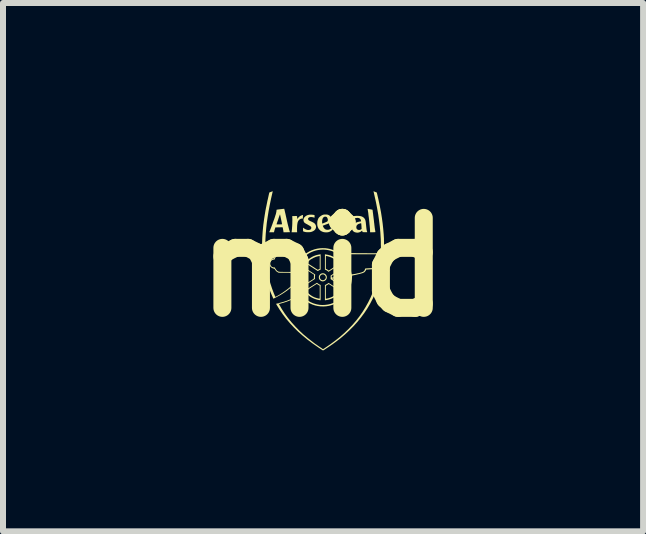
<source format=kicad_pcb>
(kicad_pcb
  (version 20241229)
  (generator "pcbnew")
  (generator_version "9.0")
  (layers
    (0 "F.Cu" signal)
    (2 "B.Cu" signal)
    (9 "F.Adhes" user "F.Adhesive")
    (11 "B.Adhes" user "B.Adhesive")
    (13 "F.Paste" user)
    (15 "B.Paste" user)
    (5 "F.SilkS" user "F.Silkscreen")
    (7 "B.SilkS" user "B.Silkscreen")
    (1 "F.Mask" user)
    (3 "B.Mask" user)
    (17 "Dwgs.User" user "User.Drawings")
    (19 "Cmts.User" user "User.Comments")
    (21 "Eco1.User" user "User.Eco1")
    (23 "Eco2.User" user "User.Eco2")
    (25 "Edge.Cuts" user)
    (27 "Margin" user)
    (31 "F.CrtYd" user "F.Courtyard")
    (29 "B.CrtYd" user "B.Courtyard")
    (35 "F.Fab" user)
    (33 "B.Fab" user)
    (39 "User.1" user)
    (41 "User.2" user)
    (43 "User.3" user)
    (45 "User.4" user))
  (footprint "mid"
    (layer "F.Cu")
    (at 2.336 1.404)
    (property "Reference" "mid" (at 0 0 0) (layer "F.SilkS") (effects (font (size 1.5 1.5) (thickness 0.3))))
    (attr board_only exclude_from_pos_files exclude_from_bom)
    (fp_poly (pts (xy 0.006 0.102) (xy 0.022 0.107) (xy 0.029 0.11) (xy 0.042 0.12) (xy 0.052 0.133) (xy 0.06 0.148) (xy 0.061 0.151) (xy 0.062 0.165) (xy 0.062 0.179) (xy 0.058 0.193) (xy 0.056 0.199) (xy 0.047 0.212) (xy 0.035 0.223) (xy 0.02 0.231) (xy 0.005 0.236) (xy -0.011 0.237) (xy -0.021 0.235) (xy -0.038 0.227) (xy -0.052 0.216) (xy -0.063 0.202) (xy -0.069 0.186) (xy -0.071 0.173) (xy -0.053 0.173) (xy -0.049 0.188) (xy -0.042 0.2) (xy -0.032 0.209) (xy -0.02 0.215) (xy -0.006 0.218) (xy 0.008 0.216) (xy 0.02 0.211) (xy 0.03 0.204) (xy 0.038 0.194) (xy 0.043 0.182) (xy 0.046 0.17) (xy 0.046 0.169) (xy 0.043 0.156) (xy 0.037 0.143) (xy 0.028 0.133) (xy 0.017 0.125) (xy 0.004 0.12) (xy -0.01 0.12) (xy -0.015 0.121) (xy -0.03 0.127) (xy -0.041 0.137) (xy -0.049 0.149) (xy -0.053 0.164) (xy -0.053 0.173) (xy -0.071 0.173) (xy -0.071 0.169) (xy -0.069 0.151) (xy -0.063 0.136) (xy -0.053 0.123) (xy -0.041 0.112) (xy -0.027 0.105) (xy -0.011 0.102)) (stroke (width 0) (type solid)) (fill yes) (layer "F.SilkS"))
    (fp_poly (pts (xy -0.335 -0.856) (xy -0.336 -0.846) (xy -0.337 -0.834) (xy -0.337 -0.827) (xy -0.337 -0.811) (xy -0.35 -0.81) (xy -0.366 -0.808) (xy -0.382 -0.801) (xy -0.396 -0.792) (xy -0.399 -0.789) (xy -0.408 -0.779) (xy -0.415 -0.769) (xy -0.42 -0.757) (xy -0.425 -0.743) (xy -0.428 -0.726) (xy -0.431 -0.706) (xy -0.433 -0.681) (xy -0.433 -0.67) (xy -0.434 -0.654) (xy -0.434 -0.637) (xy -0.434 -0.622) (xy -0.434 -0.61) (xy -0.434 -0.602) (xy -0.432 -0.582) (xy -0.479 -0.582) (xy -0.525 -0.582) (xy -0.524 -0.59) (xy -0.522 -0.603) (xy -0.52 -0.62) (xy -0.518 -0.64) (xy -0.517 -0.662) (xy -0.515 -0.685) (xy -0.514 -0.709) (xy -0.513 -0.733) (xy -0.513 -0.757) (xy -0.512 -0.779) (xy -0.512 -0.799) (xy -0.513 -0.816) (xy -0.513 -0.829) (xy -0.514 -0.837) (xy -0.515 -0.846) (xy -0.514 -0.85) (xy -0.514 -0.85) (xy -0.51 -0.851) (xy -0.503 -0.851) (xy -0.493 -0.852) (xy -0.48 -0.852) (xy -0.473 -0.852) (xy -0.459 -0.853) (xy -0.448 -0.853) (xy -0.441 -0.852) (xy -0.436 -0.85) (xy -0.434 -0.846) (xy -0.432 -0.84) (xy -0.432 -0.831) (xy -0.431 -0.824) (xy -0.43 -0.802) (xy -0.42 -0.816) (xy -0.405 -0.834) (xy -0.387 -0.849) (xy -0.369 -0.859) (xy -0.351 -0.866) (xy -0.345 -0.868) (xy -0.334 -0.869)) (stroke (width 0) (type solid)) (fill yes) (layer "F.SilkS"))
    (fp_poly (pts (xy 0.745 -0.971) (xy 0.751 -0.971) (xy 0.761 -0.969) (xy 0.772 -0.967) (xy 0.784 -0.965) (xy 0.796 -0.963) (xy 0.807 -0.961) (xy 0.816 -0.959) (xy 0.822 -0.958) (xy 0.824 -0.957) (xy 0.825 -0.955) (xy 0.826 -0.948) (xy 0.827 -0.937) (xy 0.829 -0.923) (xy 0.831 -0.906) (xy 0.834 -0.886) (xy 0.836 -0.865) (xy 0.839 -0.843) (xy 0.842 -0.819) (xy 0.845 -0.796) (xy 0.848 -0.772) (xy 0.85 -0.75) (xy 0.853 -0.728) (xy 0.855 -0.708) (xy 0.857 -0.691) (xy 0.859 -0.676) (xy 0.86 -0.665) (xy 0.861 -0.657) (xy 0.861 -0.656) (xy 0.863 -0.647) (xy 0.864 -0.634) (xy 0.867 -0.621) (xy 0.868 -0.615) (xy 0.87 -0.604) (xy 0.871 -0.594) (xy 0.872 -0.588) (xy 0.872 -0.586) (xy 0.871 -0.584) (xy 0.867 -0.584) (xy 0.86 -0.583) (xy 0.849 -0.583) (xy 0.834 -0.582) (xy 0.828 -0.582) (xy 0.784 -0.582) (xy 0.783 -0.618) (xy 0.782 -0.631) (xy 0.781 -0.648) (xy 0.779 -0.668) (xy 0.777 -0.692) (xy 0.774 -0.717) (xy 0.772 -0.743) (xy 0.769 -0.771) (xy 0.766 -0.799) (xy 0.763 -0.826) (xy 0.759 -0.853) (xy 0.756 -0.878) (xy 0.754 -0.9) (xy 0.751 -0.92) (xy 0.748 -0.937) (xy 0.746 -0.95) (xy 0.745 -0.955) (xy 0.744 -0.963) (xy 0.743 -0.969) (xy 0.743 -0.972)) (stroke (width 0) (type solid)) (fill yes) (layer "F.SilkS"))
    (fp_poly (pts (xy 0.197 0.33) (xy 0.217 0.343) (xy 0.236 0.356) (xy 0.253 0.367) (xy 0.269 0.377) (xy 0.282 0.386) (xy 0.292 0.392) (xy 0.299 0.397) (xy 0.302 0.399) (xy 0.302 0.399) (xy 0.301 0.401) (xy 0.298 0.407) (xy 0.292 0.414) (xy 0.284 0.423) (xy 0.275 0.433) (xy 0.273 0.435) (xy 0.241 0.465) (xy 0.207 0.49) (xy 0.17 0.512) (xy 0.13 0.529) (xy 0.088 0.542) (xy 0.044 0.551) (xy 0.04 0.551) (xy 0.031 0.553) (xy 0.031 0.425) (xy 0.031 0.309) (xy 0.046 0.309) (xy 0.046 0.418) (xy 0.046 0.526) (xy 0.057 0.524) (xy 0.065 0.523) (xy 0.076 0.521) (xy 0.088 0.518) (xy 0.092 0.517) (xy 0.128 0.505) (xy 0.163 0.489) (xy 0.197 0.468) (xy 0.229 0.444) (xy 0.254 0.42) (xy 0.261 0.412) (xy 0.267 0.405) (xy 0.271 0.4) (xy 0.273 0.398) (xy 0.271 0.396) (xy 0.265 0.392) (xy 0.256 0.386) (xy 0.245 0.379) (xy 0.232 0.37) (xy 0.217 0.36) (xy 0.201 0.349) (xy 0.184 0.338) (xy 0.168 0.327) (xy 0.152 0.317) (xy 0.137 0.307) (xy 0.123 0.299) (xy 0.112 0.292) (xy 0.103 0.286) (xy 0.098 0.283) (xy 0.096 0.282) (xy 0.093 0.283) (xy 0.087 0.286) (xy 0.08 0.291) (xy 0.071 0.296) (xy 0.062 0.302) (xy 0.056 0.305) (xy 0.046 0.309) (xy 0.031 0.309) (xy 0.031 0.297) (xy 0.045 0.292) (xy 0.054 0.287) (xy 0.065 0.281) (xy 0.075 0.275) (xy 0.076 0.274) (xy 0.092 0.262)) (stroke (width 0) (type solid)) (fill yes) (layer "F.SilkS"))
    (fp_poly (pts (xy -0.041 -0.087) (xy -0.041 0.041) (xy -0.054 0.047) (xy -0.064 0.051) (xy -0.073 0.056) (xy -0.077 0.058) (xy -0.083 0.062) (xy -0.087 0.064) (xy -0.088 0.064) (xy -0.091 0.063) (xy -0.097 0.059) (xy -0.107 0.053) (xy -0.119 0.045) (xy -0.134 0.035) (xy -0.152 0.024) (xy -0.17 0.012) (xy -0.191 -0.002) (xy -0.197 -0.005) (xy -0.298 -0.072) (xy -0.267 -0.072) (xy -0.267 -0.072) (xy -0.264 -0.07) (xy -0.257 -0.065) (xy -0.248 -0.059) (xy -0.236 -0.051) (xy -0.222 -0.042) (xy -0.207 -0.032) (xy -0.191 -0.022) (xy -0.174 -0.011) (xy -0.157 -0.000079) (xy -0.141 0.01) (xy -0.127 0.02) (xy -0.113 0.028) (xy -0.103 0.035) (xy -0.094 0.04) (xy -0.089 0.043) (xy -0.088 0.044) (xy -0.085 0.042) (xy -0.079 0.039) (xy -0.071 0.036) (xy -0.071 0.036) (xy -0.056 0.028) (xy -0.056 -0.08) (xy -0.056 -0.188) (xy -0.061 -0.186) (xy -0.078 -0.183) (xy -0.091 -0.18) (xy -0.102 -0.177) (xy -0.112 -0.174) (xy -0.123 -0.17) (xy -0.124 -0.17) (xy -0.161 -0.154) (xy -0.197 -0.134) (xy -0.206 -0.129) (xy -0.216 -0.122) (xy -0.226 -0.113) (xy -0.237 -0.104) (xy -0.247 -0.096) (xy -0.255 -0.087) (xy -0.262 -0.08) (xy -0.266 -0.075) (xy -0.267 -0.072) (xy -0.298 -0.072) (xy -0.302 -0.075) (xy -0.289 -0.09) (xy -0.268 -0.112) (xy -0.243 -0.133) (xy -0.214 -0.153) (xy -0.184 -0.171) (xy -0.154 -0.186) (xy -0.126 -0.196) (xy -0.112 -0.201) (xy -0.094 -0.205) (xy -0.075 -0.209) (xy -0.057 -0.212) (xy -0.051 -0.213) (xy -0.041 -0.215)) (stroke (width 0) (type solid)) (fill yes) (layer "F.SilkS"))
    (fp_poly (pts (xy -0.087 0.272) (xy -0.077 0.279) (xy -0.066 0.286) (xy -0.056 0.29) (xy -0.041 0.297) (xy -0.041 0.425) (xy -0.041 0.449) (xy -0.041 0.472) (xy -0.041 0.493) (xy -0.041 0.512) (xy -0.041 0.528) (xy -0.042 0.54) (xy -0.042 0.548) (xy -0.042 0.552) (xy -0.043 0.553) (xy -0.046 0.552) (xy -0.052 0.551) (xy -0.059 0.55) (xy -0.099 0.542) (xy -0.139 0.529) (xy -0.178 0.512) (xy -0.215 0.491) (xy -0.248 0.466) (xy -0.272 0.445) (xy -0.283 0.434) (xy -0.293 0.423) (xy -0.301 0.413) (xy -0.308 0.405) (xy -0.312 0.399) (xy -0.313 0.396) (xy -0.282 0.396) (xy -0.281 0.399) (xy -0.276 0.405) (xy -0.27 0.412) (xy -0.261 0.421) (xy -0.252 0.43) (xy -0.243 0.439) (xy -0.236 0.445) (xy -0.204 0.469) (xy -0.172 0.489) (xy -0.138 0.505) (xy -0.102 0.516) (xy -0.083 0.521) (xy -0.073 0.523) (xy -0.065 0.524) (xy -0.06 0.525) (xy -0.059 0.525) (xy -0.058 0.525) (xy -0.057 0.521) (xy -0.057 0.516) (xy -0.056 0.507) (xy -0.056 0.495) (xy -0.056 0.48) (xy -0.056 0.46) (xy -0.056 0.436) (xy -0.056 0.417) (xy -0.056 0.309) (xy -0.064 0.305) (xy -0.069 0.302) (xy -0.078 0.297) (xy -0.087 0.291) (xy -0.088 0.29) (xy -0.105 0.279) (xy -0.194 0.336) (xy -0.212 0.348) (xy -0.23 0.36) (xy -0.245 0.37) (xy -0.259 0.379) (xy -0.27 0.386) (xy -0.277 0.392) (xy -0.282 0.395) (xy -0.282 0.396) (xy -0.313 0.396) (xy -0.313 0.395) (xy -0.313 0.395) (xy -0.31 0.393) (xy -0.304 0.389) (xy -0.295 0.383) (xy -0.282 0.375) (xy -0.267 0.365) (xy -0.25 0.354) (xy -0.231 0.342) (xy -0.211 0.329) (xy -0.206 0.326) (xy -0.102 0.26)) (stroke (width 0) (type solid)) (fill yes) (layer "F.SilkS"))
    (fp_poly (pts (xy 0.041 -0.213) (xy 0.085 -0.205) (xy 0.127 -0.193) (xy 0.165 -0.176) (xy 0.202 -0.156) (xy 0.232 -0.134) (xy 0.242 -0.126) (xy 0.253 -0.116) (xy 0.266 -0.104) (xy 0.277 -0.093) (xy 0.288 -0.082) (xy 0.296 -0.072) (xy 0.299 -0.068) (xy 0.304 -0.06) (xy 0.205 0.004) (xy 0.185 0.017) (xy 0.166 0.029) (xy 0.148 0.041) (xy 0.133 0.051) (xy 0.119 0.059) (xy 0.109 0.066) (xy 0.101 0.071) (xy 0.098 0.073) (xy 0.089 0.078) (xy 0.082 0.07) (xy 0.075 0.064) (xy 0.066 0.057) (xy 0.055 0.051) (xy 0.044 0.045) (xy 0.038 0.043) (xy 0.031 0.041) (xy 0.031 -0.08) (xy 0.046 -0.08) (xy 0.046 0.027) (xy 0.062 0.035) (xy 0.071 0.04) (xy 0.08 0.045) (xy 0.086 0.05) (xy 0.091 0.054) (xy 0.095 0.056) (xy 0.096 0.056) (xy 0.098 0.055) (xy 0.104 0.051) (xy 0.113 0.045) (xy 0.126 0.037) (xy 0.14 0.028) (xy 0.157 0.017) (xy 0.175 0.005) (xy 0.185 -0.001) (xy 0.204 -0.013) (xy 0.221 -0.025) (xy 0.236 -0.035) (xy 0.25 -0.044) (xy 0.26 -0.051) (xy 0.268 -0.056) (xy 0.272 -0.059) (xy 0.273 -0.06) (xy 0.271 -0.063) (xy 0.266 -0.068) (xy 0.259 -0.076) (xy 0.25 -0.084) (xy 0.24 -0.094) (xy 0.23 -0.103) (xy 0.221 -0.111) (xy 0.212 -0.118) (xy 0.209 -0.121) (xy 0.174 -0.143) (xy 0.137 -0.162) (xy 0.097 -0.176) (xy 0.075 -0.182) (xy 0.065 -0.184) (xy 0.056 -0.186) (xy 0.05 -0.187) (xy 0.048 -0.188) (xy 0.047 -0.185) (xy 0.047 -0.178) (xy 0.046 -0.168) (xy 0.046 -0.153) (xy 0.046 -0.136) (xy 0.046 -0.117) (xy 0.046 -0.095) (xy 0.046 -0.08) (xy 0.031 -0.08) (xy 0.031 -0.087) (xy 0.031 -0.215)) (stroke (width 0) (type solid)) (fill yes) (layer "F.SilkS"))
    (fp_poly (pts (xy 0.222 -0.867) (xy 0.235 -0.866) (xy 0.246 -0.865) (xy 0.254 -0.865) (xy 0.259 -0.864) (xy 0.26 -0.863) (xy 0.262 -0.86) (xy 0.264 -0.853) (xy 0.267 -0.841) (xy 0.269 -0.83) (xy 0.27 -0.823) (xy 0.283 -0.835) (xy 0.292 -0.843) (xy 0.303 -0.85) (xy 0.312 -0.855) (xy 0.319 -0.858) (xy 0.326 -0.86) (xy 0.332 -0.862) (xy 0.34 -0.862) (xy 0.351 -0.863) (xy 0.357 -0.863) (xy 0.369 -0.862) (xy 0.378 -0.862) (xy 0.385 -0.861) (xy 0.39 -0.859) (xy 0.396 -0.857) (xy 0.398 -0.856) (xy 0.412 -0.845) (xy 0.424 -0.831) (xy 0.431 -0.817) (xy 0.432 -0.813) (xy 0.434 -0.808) (xy 0.435 -0.802) (xy 0.436 -0.794) (xy 0.437 -0.784) (xy 0.437 -0.771) (xy 0.438 -0.754) (xy 0.439 -0.733) (xy 0.44 -0.723) (xy 0.441 -0.702) (xy 0.442 -0.681) (xy 0.443 -0.661) (xy 0.444 -0.643) (xy 0.445 -0.627) (xy 0.446 -0.616) (xy 0.446 -0.613) (xy 0.449 -0.582) (xy 0.406 -0.582) (xy 0.362 -0.582) (xy 0.363 -0.62) (xy 0.364 -0.634) (xy 0.364 -0.65) (xy 0.363 -0.668) (xy 0.363 -0.688) (xy 0.362 -0.707) (xy 0.361 -0.727) (xy 0.36 -0.745) (xy 0.359 -0.762) (xy 0.358 -0.776) (xy 0.357 -0.786) (xy 0.356 -0.793) (xy 0.356 -0.793) (xy 0.35 -0.804) (xy 0.341 -0.812) (xy 0.33 -0.818) (xy 0.317 -0.819) (xy 0.311 -0.818) (xy 0.301 -0.814) (xy 0.291 -0.806) (xy 0.283 -0.796) (xy 0.279 -0.786) (xy 0.278 -0.779) (xy 0.278 -0.768) (xy 0.277 -0.754) (xy 0.277 -0.737) (xy 0.278 -0.718) (xy 0.278 -0.698) (xy 0.279 -0.677) (xy 0.28 -0.657) (xy 0.282 -0.638) (xy 0.283 -0.62) (xy 0.284 -0.605) (xy 0.286 -0.593) (xy 0.287 -0.589) (xy 0.288 -0.582) (xy 0.243 -0.582) (xy 0.197 -0.582) (xy 0.197 -0.683) (xy 0.197 -0.711) (xy 0.197 -0.734) (xy 0.196 -0.755) (xy 0.196 -0.773) (xy 0.195 -0.789) (xy 0.194 -0.804) (xy 0.193 -0.82) (xy 0.192 -0.836) (xy 0.19 -0.853) (xy 0.188 -0.868)) (stroke (width 0) (type solid)) (fill yes) (layer "F.SilkS"))
    (fp_poly (pts (xy -0.191 -0.875) (xy -0.175 -0.874) (xy -0.16 -0.872) (xy -0.154 -0.871) (xy -0.142 -0.868) (xy -0.142 -0.846) (xy -0.142 -0.835) (xy -0.142 -0.829) (xy -0.143 -0.826) (xy -0.145 -0.825) (xy -0.147 -0.825) (xy -0.147 -0.826) (xy -0.168 -0.832) (xy -0.186 -0.835) (xy -0.201 -0.836) (xy -0.215 -0.835) (xy -0.225 -0.833) (xy -0.237 -0.827) (xy -0.246 -0.819) (xy -0.25 -0.809) (xy -0.25 -0.805) (xy -0.248 -0.794) (xy -0.241 -0.784) (xy -0.229 -0.776) (xy -0.225 -0.774) (xy -0.205 -0.764) (xy -0.188 -0.757) (xy -0.175 -0.75) (xy -0.165 -0.745) (xy -0.158 -0.741) (xy -0.151 -0.737) (xy -0.147 -0.733) (xy -0.143 -0.73) (xy -0.139 -0.726) (xy -0.138 -0.725) (xy -0.127 -0.71) (xy -0.12 -0.693) (xy -0.117 -0.675) (xy -0.119 -0.657) (xy -0.125 -0.64) (xy -0.135 -0.624) (xy -0.141 -0.618) (xy -0.153 -0.608) (xy -0.169 -0.599) (xy -0.187 -0.591) (xy -0.205 -0.586) (xy -0.217 -0.584) (xy -0.233 -0.583) (xy -0.25 -0.583) (xy -0.267 -0.583) (xy -0.282 -0.584) (xy -0.29 -0.585) (xy -0.3 -0.587) (xy -0.312 -0.59) (xy -0.319 -0.593) (xy -0.334 -0.598) (xy -0.334 -0.628) (xy -0.334 -0.659) (xy -0.323 -0.65) (xy -0.315 -0.645) (xy -0.304 -0.638) (xy -0.293 -0.632) (xy -0.291 -0.631) (xy -0.273 -0.624) (xy -0.256 -0.62) (xy -0.24 -0.62) (xy -0.226 -0.622) (xy -0.213 -0.626) (xy -0.204 -0.634) (xy -0.198 -0.644) (xy -0.196 -0.655) (xy -0.197 -0.662) (xy -0.198 -0.667) (xy -0.201 -0.673) (xy -0.206 -0.678) (xy -0.214 -0.684) (xy -0.225 -0.691) (xy -0.239 -0.699) (xy -0.254 -0.708) (xy -0.268 -0.716) (xy -0.282 -0.723) (xy -0.293 -0.73) (xy -0.302 -0.735) (xy -0.307 -0.739) (xy -0.308 -0.74) (xy -0.318 -0.752) (xy -0.324 -0.767) (xy -0.327 -0.784) (xy -0.326 -0.801) (xy -0.323 -0.81) (xy -0.32 -0.817) (xy -0.316 -0.825) (xy -0.309 -0.833) (xy -0.301 -0.841) (xy -0.29 -0.851) (xy -0.279 -0.858) (xy -0.268 -0.864) (xy -0.254 -0.869) (xy -0.237 -0.873) (xy -0.224 -0.875) (xy -0.209 -0.875)) (stroke (width 0) (type solid)) (fill yes) (layer "F.SilkS"))
    (fp_poly (pts (xy -0.34 -0.012) (xy -0.334 -0.009) (xy -0.325 -0.003) (xy -0.313 0.004) (xy -0.299 0.013) (xy -0.283 0.023) (xy -0.266 0.034) (xy -0.249 0.046) (xy -0.231 0.057) (xy -0.213 0.069) (xy -0.195 0.08) (xy -0.179 0.091) (xy -0.165 0.1) (xy -0.152 0.109) (xy -0.142 0.115) (xy -0.135 0.12) (xy -0.132 0.123) (xy -0.132 0.123) (xy -0.131 0.126) (xy -0.132 0.133) (xy -0.134 0.141) (xy -0.134 0.142) (xy -0.136 0.164) (xy -0.136 0.178) (xy -0.135 0.196) (xy -0.237 0.262) (xy -0.258 0.275) (xy -0.277 0.287) (xy -0.295 0.298) (xy -0.311 0.308) (xy -0.324 0.317) (xy -0.335 0.323) (xy -0.342 0.328) (xy -0.346 0.33) (xy -0.346 0.33) (xy -0.349 0.332) (xy -0.352 0.331) (xy -0.354 0.328) (xy -0.358 0.32) (xy -0.358 0.32) (xy -0.371 0.283) (xy -0.381 0.244) (xy -0.387 0.204) (xy -0.388 0.17) (xy -0.363 0.17) (xy -0.362 0.199) (xy -0.359 0.225) (xy -0.355 0.249) (xy -0.349 0.273) (xy -0.34 0.299) (xy -0.339 0.299) (xy -0.337 0.304) (xy -0.334 0.305) (xy -0.331 0.304) (xy -0.324 0.3) (xy -0.315 0.294) (xy -0.302 0.286) (xy -0.288 0.277) (xy -0.271 0.266) (xy -0.253 0.255) (xy -0.245 0.25) (xy -0.227 0.239) (xy -0.21 0.228) (xy -0.194 0.218) (xy -0.181 0.209) (xy -0.17 0.202) (xy -0.162 0.197) (xy -0.158 0.194) (xy -0.157 0.194) (xy -0.156 0.19) (xy -0.154 0.181) (xy -0.153 0.168) (xy -0.153 0.166) (xy -0.153 0.155) (xy -0.152 0.145) (xy -0.151 0.137) (xy -0.151 0.135) (xy -0.149 0.127) (xy -0.237 0.07) (xy -0.255 0.058) (xy -0.273 0.046) (xy -0.288 0.036) (xy -0.302 0.027) (xy -0.313 0.02) (xy -0.321 0.015) (xy -0.326 0.013) (xy -0.327 0.012) (xy -0.329 0.015) (xy -0.332 0.02) (xy -0.335 0.029) (xy -0.34 0.039) (xy -0.344 0.05) (xy -0.348 0.061) (xy -0.35 0.069) (xy -0.355 0.089) (xy -0.359 0.107) (xy -0.361 0.126) (xy -0.362 0.146) (xy -0.363 0.17) (xy -0.388 0.17) (xy -0.388 0.163) (xy -0.385 0.121) (xy -0.378 0.081) (xy -0.377 0.077) (xy -0.374 0.063) (xy -0.369 0.049) (xy -0.364 0.034) (xy -0.359 0.02) (xy -0.354 0.007) (xy -0.349 -0.003) (xy -0.345 -0.01) (xy -0.342 -0.013)) (stroke (width 0) (type solid)) (fill yes) (layer "F.SilkS"))
    (fp_poly (pts (xy 0.063 -0.877) (xy 0.073 -0.876) (xy 0.093 -0.869) (xy 0.111 -0.857) (xy 0.127 -0.842) (xy 0.14 -0.823) (xy 0.15 -0.801) (xy 0.157 -0.777) (xy 0.159 -0.768) (xy 0.161 -0.753) (xy 0.147 -0.748) (xy 0.141 -0.745) (xy 0.131 -0.742) (xy 0.118 -0.737) (xy 0.103 -0.731) (xy 0.086 -0.725) (xy 0.068 -0.719) (xy 0.065 -0.718) (xy 0.048 -0.711) (xy 0.032 -0.706) (xy 0.019 -0.7) (xy 0.008 -0.696) (xy -0.000195 -0.693) (xy -0.004 -0.692) (xy -0.004 -0.691) (xy -0.004 -0.688) (xy -0.002 -0.682) (xy 0.002 -0.674) (xy 0.007 -0.665) (xy 0.012 -0.656) (xy 0.018 -0.648) (xy 0.021 -0.645) (xy 0.034 -0.634) (xy 0.046 -0.627) (xy 0.061 -0.624) (xy 0.074 -0.623) (xy 0.086 -0.624) (xy 0.095 -0.625) (xy 0.104 -0.628) (xy 0.108 -0.63) (xy 0.118 -0.635) (xy 0.126 -0.64) (xy 0.131 -0.643) (xy 0.137 -0.647) (xy 0.141 -0.649) (xy 0.141 -0.649) (xy 0.143 -0.647) (xy 0.147 -0.642) (xy 0.151 -0.637) (xy 0.159 -0.625) (xy 0.146 -0.613) (xy 0.133 -0.604) (xy 0.117 -0.594) (xy 0.1 -0.587) (xy 0.086 -0.583) (xy 0.071 -0.581) (xy 0.053 -0.58) (xy 0.034 -0.581) (xy 0.017 -0.583) (xy 0.007 -0.585) (xy -0.018 -0.594) (xy -0.04 -0.606) (xy -0.059 -0.623) (xy -0.075 -0.642) (xy -0.086 -0.664) (xy -0.094 -0.688) (xy -0.097 -0.712) (xy -0.097 -0.738) (xy -0.095 -0.761) (xy -0.016 -0.761) (xy -0.016 -0.748) (xy -0.015 -0.737) (xy -0.014 -0.73) (xy -0.012 -0.727) (xy -0.011 -0.727) (xy -0.009 -0.728) (xy -0.002 -0.73) (xy 0.007 -0.734) (xy 0.019 -0.739) (xy 0.029 -0.743) (xy 0.044 -0.749) (xy 0.055 -0.754) (xy 0.063 -0.758) (xy 0.069 -0.761) (xy 0.072 -0.764) (xy 0.073 -0.765) (xy 0.078 -0.776) (xy 0.08 -0.788) (xy 0.078 -0.801) (xy 0.074 -0.814) (xy 0.068 -0.826) (xy 0.061 -0.835) (xy 0.051 -0.84) (xy 0.048 -0.841) (xy 0.033 -0.842) (xy 0.019 -0.839) (xy 0.007 -0.831) (xy -0.002 -0.82) (xy -0.009 -0.805) (xy -0.014 -0.786) (xy -0.016 -0.765) (xy -0.016 -0.761) (xy -0.095 -0.761) (xy -0.095 -0.763) (xy -0.089 -0.786) (xy -0.081 -0.807) (xy -0.08 -0.81) (xy -0.068 -0.828) (xy -0.051 -0.844) (xy -0.032 -0.858) (xy -0.012 -0.869) (xy 0.005 -0.875) (xy 0.017 -0.877) (xy 0.033 -0.878) (xy 0.048 -0.878)) (stroke (width 0) (type solid)) (fill yes) (layer "F.SilkS"))
    (fp_poly (pts (xy 0.588 -0.855) (xy 0.611 -0.853) (xy 0.632 -0.849) (xy 0.636 -0.848) (xy 0.658 -0.839) (xy 0.676 -0.827) (xy 0.69 -0.812) (xy 0.701 -0.794) (xy 0.708 -0.772) (xy 0.709 -0.764) (xy 0.711 -0.753) (xy 0.713 -0.739) (xy 0.714 -0.724) (xy 0.716 -0.708) (xy 0.719 -0.677) (xy 0.722 -0.65) (xy 0.725 -0.627) (xy 0.729 -0.608) (xy 0.734 -0.592) (xy 0.736 -0.586) (xy 0.736 -0.585) (xy 0.734 -0.584) (xy 0.731 -0.583) (xy 0.724 -0.583) (xy 0.714 -0.583) (xy 0.699 -0.583) (xy 0.698 -0.583) (xy 0.659 -0.584) (xy 0.656 -0.594) (xy 0.654 -0.601) (xy 0.652 -0.606) (xy 0.651 -0.607) (xy 0.649 -0.608) (xy 0.645 -0.605) (xy 0.64 -0.601) (xy 0.625 -0.59) (xy 0.607 -0.582) (xy 0.589 -0.577) (xy 0.579 -0.576) (xy 0.57 -0.575) (xy 0.562 -0.576) (xy 0.551 -0.578) (xy 0.549 -0.578) (xy 0.529 -0.583) (xy 0.512 -0.592) (xy 0.498 -0.604) (xy 0.488 -0.62) (xy 0.482 -0.638) (xy 0.481 -0.651) (xy 0.481 -0.668) (xy 0.554 -0.668) (xy 0.555 -0.656) (xy 0.557 -0.647) (xy 0.563 -0.636) (xy 0.573 -0.627) (xy 0.586 -0.622) (xy 0.6 -0.62) (xy 0.614 -0.622) (xy 0.628 -0.627) (xy 0.629 -0.628) (xy 0.636 -0.632) (xy 0.641 -0.636) (xy 0.642 -0.638) (xy 0.642 -0.641) (xy 0.642 -0.648) (xy 0.641 -0.658) (xy 0.641 -0.67) (xy 0.64 -0.683) (xy 0.639 -0.696) (xy 0.638 -0.709) (xy 0.637 -0.719) (xy 0.636 -0.727) (xy 0.635 -0.731) (xy 0.635 -0.732) (xy 0.632 -0.732) (xy 0.626 -0.731) (xy 0.617 -0.729) (xy 0.608 -0.726) (xy 0.599 -0.723) (xy 0.592 -0.721) (xy 0.589 -0.719) (xy 0.577 -0.712) (xy 0.567 -0.702) (xy 0.559 -0.692) (xy 0.559 -0.691) (xy 0.556 -0.681) (xy 0.554 -0.668) (xy 0.481 -0.668) (xy 0.481 -0.67) (xy 0.485 -0.686) (xy 0.493 -0.7) (xy 0.504 -0.713) (xy 0.518 -0.724) (xy 0.536 -0.735) (xy 0.556 -0.745) (xy 0.578 -0.753) (xy 0.6 -0.758) (xy 0.618 -0.762) (xy 0.634 -0.763) (xy 0.632 -0.774) (xy 0.628 -0.79) (xy 0.62 -0.803) (xy 0.609 -0.813) (xy 0.595 -0.819) (xy 0.579 -0.822) (xy 0.561 -0.821) (xy 0.542 -0.817) (xy 0.521 -0.808) (xy 0.518 -0.807) (xy 0.509 -0.803) (xy 0.503 -0.799) (xy 0.499 -0.798) (xy 0.498 -0.798) (xy 0.498 -0.8) (xy 0.497 -0.807) (xy 0.497 -0.816) (xy 0.496 -0.823) (xy 0.495 -0.848) (xy 0.513 -0.851) (xy 0.537 -0.854) (xy 0.563 -0.856)) (stroke (width 0) (type solid)) (fill yes) (layer "F.SilkS"))
    (fp_poly (pts (xy 0.341 0.002) (xy 0.344 0.006) (xy 0.348 0.014) (xy 0.353 0.026) (xy 0.359 0.042) (xy 0.359 0.043) (xy 0.37 0.082) (xy 0.377 0.121) (xy 0.379 0.162) (xy 0.378 0.203) (xy 0.372 0.244) (xy 0.363 0.283) (xy 0.349 0.32) (xy 0.348 0.323) (xy 0.344 0.331) (xy 0.341 0.336) (xy 0.34 0.338) (xy 0.337 0.337) (xy 0.331 0.333) (xy 0.322 0.327) (xy 0.31 0.319) (xy 0.295 0.309) (xy 0.278 0.298) (xy 0.259 0.286) (xy 0.239 0.273) (xy 0.232 0.268) (xy 0.126 0.199) (xy 0.126 0.193) (xy 0.15 0.193) (xy 0.152 0.195) (xy 0.158 0.199) (xy 0.167 0.205) (xy 0.178 0.213) (xy 0.192 0.222) (xy 0.207 0.232) (xy 0.223 0.242) (xy 0.239 0.253) (xy 0.256 0.264) (xy 0.272 0.274) (xy 0.287 0.284) (xy 0.3 0.292) (xy 0.311 0.299) (xy 0.319 0.304) (xy 0.324 0.307) (xy 0.326 0.308) (xy 0.327 0.305) (xy 0.33 0.299) (xy 0.334 0.29) (xy 0.337 0.28) (xy 0.347 0.248) (xy 0.353 0.213) (xy 0.355 0.188) (xy 0.356 0.178) (xy 0.356 0.172) (xy 0.356 0.169) (xy 0.354 0.168) (xy 0.353 0.168) (xy 0.348 0.168) (xy 0.34 0.169) (xy 0.328 0.17) (xy 0.313 0.172) (xy 0.297 0.174) (xy 0.279 0.176) (xy 0.26 0.178) (xy 0.24 0.18) (xy 0.221 0.183) (xy 0.203 0.185) (xy 0.187 0.187) (xy 0.173 0.189) (xy 0.162 0.191) (xy 0.154 0.192) (xy 0.15 0.193) (xy 0.15 0.193) (xy 0.126 0.193) (xy 0.126 0.17) (xy 0.126 0.146) (xy 0.144 0.146) (xy 0.144 0.16) (xy 0.145 0.167) (xy 0.146 0.171) (xy 0.148 0.173) (xy 0.149 0.173) (xy 0.152 0.173) (xy 0.16 0.172) (xy 0.171 0.17) (xy 0.186 0.168) (xy 0.203 0.166) (xy 0.223 0.164) (xy 0.244 0.161) (xy 0.254 0.16) (xy 0.355 0.147) (xy 0.353 0.13) (xy 0.352 0.118) (xy 0.349 0.105) (xy 0.346 0.09) (xy 0.343 0.076) (xy 0.339 0.062) (xy 0.335 0.049) (xy 0.332 0.039) (xy 0.329 0.033) (xy 0.327 0.031) (xy 0.324 0.032) (xy 0.318 0.035) (xy 0.309 0.041) (xy 0.296 0.048) (xy 0.282 0.057) (xy 0.265 0.068) (xy 0.247 0.08) (xy 0.234 0.088) (xy 0.144 0.146) (xy 0.126 0.146) (xy 0.126 0.14) (xy 0.231 0.072) (xy 0.251 0.059) (xy 0.271 0.046) (xy 0.288 0.035) (xy 0.304 0.025) (xy 0.317 0.016) (xy 0.328 0.009) (xy 0.335 0.004) (xy 0.338 0.002) (xy 0.339 0.002)) (stroke (width 0) (type solid)) (fill yes) (layer "F.SilkS"))
    (fp_poly (pts (xy -0.648 -0.973) (xy -0.647 -0.97) (xy -0.645 -0.963) (xy -0.642 -0.952) (xy -0.639 -0.938) (xy -0.635 -0.92) (xy -0.63 -0.9) (xy -0.625 -0.878) (xy -0.62 -0.854) (xy -0.617 -0.841) (xy -0.607 -0.796) (xy -0.598 -0.756) (xy -0.59 -0.721) (xy -0.582 -0.69) (xy -0.575 -0.663) (xy -0.569 -0.64) (xy -0.564 -0.621) (xy -0.559 -0.605) (xy -0.558 -0.602) (xy -0.555 -0.594) (xy -0.553 -0.587) (xy -0.552 -0.583) (xy -0.552 -0.583) (xy -0.554 -0.583) (xy -0.561 -0.583) (xy -0.571 -0.583) (xy -0.584 -0.583) (xy -0.599 -0.582) (xy -0.606 -0.582) (xy -0.66 -0.582) (xy -0.66 -0.59) (xy -0.661 -0.595) (xy -0.662 -0.604) (xy -0.664 -0.614) (xy -0.666 -0.626) (xy -0.668 -0.638) (xy -0.67 -0.648) (xy -0.672 -0.657) (xy -0.674 -0.663) (xy -0.675 -0.664) (xy -0.677 -0.665) (xy -0.684 -0.665) (xy -0.695 -0.665) (xy -0.708 -0.665) (xy -0.724 -0.664) (xy -0.735 -0.664) (xy -0.795 -0.663) (xy -0.799 -0.65) (xy -0.802 -0.642) (xy -0.806 -0.63) (xy -0.81 -0.616) (xy -0.813 -0.604) (xy -0.816 -0.593) (xy -0.817 -0.589) (xy -0.818 -0.582) (xy -0.858 -0.582) (xy -0.897 -0.582) (xy -0.896 -0.588) (xy -0.893 -0.594) (xy -0.89 -0.601) (xy -0.89 -0.602) (xy -0.886 -0.61) (xy -0.882 -0.621) (xy -0.876 -0.636) (xy -0.869 -0.654) (xy -0.861 -0.674) (xy -0.853 -0.697) (xy -0.846 -0.714) (xy -0.776 -0.714) (xy -0.774 -0.714) (xy -0.768 -0.713) (xy -0.758 -0.713) (xy -0.747 -0.713) (xy -0.734 -0.713) (xy -0.721 -0.713) (xy -0.709 -0.713) (xy -0.698 -0.714) (xy -0.69 -0.714) (xy -0.685 -0.715) (xy -0.684 -0.715) (xy -0.684 -0.718) (xy -0.686 -0.725) (xy -0.687 -0.736) (xy -0.69 -0.749) (xy -0.693 -0.766) (xy -0.697 -0.784) (xy -0.7 -0.797) (xy -0.704 -0.816) (xy -0.708 -0.834) (xy -0.711 -0.85) (xy -0.714 -0.863) (xy -0.716 -0.872) (xy -0.717 -0.878) (xy -0.717 -0.88) (xy -0.718 -0.88) (xy -0.719 -0.879) (xy -0.721 -0.875) (xy -0.723 -0.868) (xy -0.727 -0.858) (xy -0.732 -0.845) (xy -0.737 -0.83) (xy -0.743 -0.813) (xy -0.748 -0.796) (xy -0.754 -0.779) (xy -0.76 -0.763) (xy -0.765 -0.748) (xy -0.769 -0.735) (xy -0.773 -0.725) (xy -0.775 -0.717) (xy -0.776 -0.714) (xy -0.776 -0.714) (xy -0.846 -0.714) (xy -0.844 -0.72) (xy -0.836 -0.744) (xy -0.827 -0.769) (xy -0.818 -0.792) (xy -0.81 -0.815) (xy -0.803 -0.836) (xy -0.797 -0.856) (xy -0.793 -0.868) (xy -0.787 -0.886) (xy -0.783 -0.904) (xy -0.779 -0.922) (xy -0.777 -0.937) (xy -0.776 -0.948) (xy -0.776 -0.951) (xy -0.776 -0.953) (xy -0.776 -0.955) (xy -0.774 -0.956) (xy -0.771 -0.958) (xy -0.766 -0.959) (xy -0.758 -0.96) (xy -0.746 -0.962) (xy -0.731 -0.964) (xy -0.712 -0.966) (xy -0.705 -0.967) (xy -0.689 -0.969) (xy -0.674 -0.971) (xy -0.662 -0.972) (xy -0.654 -0.973) (xy -0.649 -0.973)) (stroke (width 0) (type solid)) (fill yes) (layer "F.SilkS"))
    (fp_poly (pts (xy -0.839 -1.264) (xy -0.84 -1.26) (xy -0.842 -1.252) (xy -0.867 -1.143) (xy -0.889 -1.037) (xy -0.908 -0.935) (xy -0.924 -0.835) (xy -0.938 -0.739) (xy -0.948 -0.645) (xy -0.956 -0.553) (xy -0.961 -0.464) (xy -0.963 -0.376) (xy -0.962 -0.289) (xy -0.959 -0.206) (xy -0.951 -0.107) (xy -0.939 -0.009) (xy -0.923 0.086) (xy -0.903 0.179) (xy -0.879 0.27) (xy -0.85 0.358) (xy -0.823 0.43) (xy -0.818 0.443) (xy -0.812 0.456) (xy -0.807 0.469) (xy -0.802 0.48) (xy -0.798 0.488) (xy -0.796 0.494) (xy -0.795 0.495) (xy -0.793 0.495) (xy -0.787 0.492) (xy -0.778 0.487) (xy -0.767 0.481) (xy -0.756 0.475) (xy -0.743 0.468) (xy -0.731 0.461) (xy -0.72 0.454) (xy -0.712 0.449) (xy -0.669 0.421) (xy -0.626 0.391) (xy -0.585 0.36) (xy -0.546 0.328) (xy -0.51 0.296) (xy -0.498 0.286) (xy -0.481 0.269) (xy -0.484 0.25) (xy -0.486 0.241) (xy -0.487 0.229) (xy -0.487 0.213) (xy -0.488 0.196) (xy -0.488 0.178) (xy -0.488 0.177) (xy -0.465 0.177) (xy -0.463 0.216) (xy -0.462 0.23) (xy -0.453 0.276) (xy -0.44 0.321) (xy -0.423 0.363) (xy -0.401 0.404) (xy -0.376 0.442) (xy -0.348 0.477) (xy -0.315 0.51) (xy -0.28 0.539) (xy -0.242 0.564) (xy -0.202 0.586) (xy -0.159 0.604) (xy -0.149 0.607) (xy -0.103 0.62) (xy -0.058 0.628) (xy -0.012 0.631) (xy 0.033 0.629) (xy 0.081 0.623) (xy 0.127 0.612) (xy 0.172 0.596) (xy 0.214 0.576) (xy 0.254 0.551) (xy 0.292 0.523) (xy 0.314 0.502) (xy 0.342 0.474) (xy 0.366 0.444) (xy 0.387 0.413) (xy 0.407 0.378) (xy 0.41 0.371) (xy 0.429 0.328) (xy 0.443 0.283) (xy 0.452 0.238) (xy 0.457 0.192) (xy 0.457 0.147) (xy 0.452 0.101) (xy 0.443 0.056) (xy 0.43 0.012) (xy 0.412 -0.03) (xy 0.389 -0.072) (xy 0.363 -0.111) (xy 0.358 -0.117) (xy 0.345 -0.132) (xy 0.329 -0.149) (xy 0.312 -0.166) (xy 0.295 -0.182) (xy 0.278 -0.196) (xy 0.27 -0.202) (xy 0.231 -0.229) (xy 0.189 -0.25) (xy 0.147 -0.268) (xy 0.103 -0.28) (xy 0.058 -0.289) (xy 0.014 -0.293) (xy -0.031 -0.292) (xy -0.076 -0.287) (xy -0.12 -0.278) (xy -0.164 -0.264) (xy -0.206 -0.246) (xy -0.246 -0.224) (xy -0.285 -0.197) (xy -0.311 -0.176) (xy -0.343 -0.145) (xy -0.372 -0.11) (xy -0.397 -0.072) (xy -0.419 -0.032) (xy -0.437 0.009) (xy -0.451 0.052) (xy -0.453 0.061) (xy -0.46 0.098) (xy -0.464 0.137) (xy -0.465 0.177) (xy -0.488 0.177) (xy -0.489 0.159) (xy -0.489 0.142) (xy -0.488 0.126) (xy -0.488 0.114) (xy -0.487 0.106) (xy -0.485 0.094) (xy -0.613 0.093) (xy -0.74 0.093) (xy -0.757 0.084) (xy -0.775 0.073) (xy -0.79 0.057) (xy -0.803 0.038) (xy -0.808 0.031) (xy -0.812 0.027) (xy -0.816 0.025) (xy -0.822 0.024) (xy -0.842 0.018) (xy -0.859 0.009) (xy -0.874 -0.004) (xy -0.886 -0.02) (xy -0.889 -0.024) (xy -0.892 -0.032) (xy -0.894 -0.039) (xy -0.895 -0.046) (xy -0.896 -0.057) (xy -0.896 -0.06) (xy -0.896 -0.065) (xy -0.88 -0.065) (xy -0.88 -0.049) (xy -0.875 -0.033) (xy -0.866 -0.018) (xy -0.854 -0.006) (xy -0.84 0.001) (xy -0.825 0.005) (xy -0.819 0.005) (xy -0.805 0.004) (xy -0.798 0.019) (xy -0.791 0.031) (xy -0.781 0.044) (xy -0.771 0.056) (xy -0.761 0.065) (xy -0.757 0.067) (xy -0.753 0.069) (xy -0.749 0.072) (xy -0.744 0.073) (xy -0.739 0.075) (xy -0.733 0.076) (xy -0.725 0.077) (xy -0.714 0.078) (xy -0.702 0.078) (xy -0.686 0.078) (xy -0.667 0.079) (xy -0.643 0.079) (xy -0.616 0.079) (xy -0.607 0.079) (xy -0.582 0.079) (xy -0.559 0.079) (xy -0.539 0.079) (xy -0.521 0.078) (xy -0.506 0.078) (xy -0.494 0.078) (xy -0.487 0.077) (xy -0.484 0.077) (xy -0.484 0.077) (xy -0.483 0.074) (xy -0.481 0.067) (xy -0.478 0.057) (xy -0.475 0.046) (xy -0.461 -0.000084) (xy -0.442 -0.044) (xy -0.419 -0.085) (xy -0.392 -0.125) (xy -0.36 -0.162) (xy -0.338 -0.185) (xy -0.309 -0.212) (xy -0.525 -0.212) (xy -0.562 -0.212) (xy -0.595 -0.211) (xy -0.624 -0.211) (xy -0.649 -0.211) (xy -0.67 -0.211) (xy -0.688 -0.211) (xy -0.702 -0.211) (xy -0.714 -0.21) (xy -0.724 -0.21) (xy -0.731 -0.21) (xy -0.737 -0.209) (xy -0.741 -0.209) (xy -0.744 -0.208) (xy -0.747 -0.207) (xy -0.748 -0.207) (xy -0.749 -0.206) (xy -0.767 -0.194) (xy -0.783 -0.177) (xy -0.796 -0.157) (xy -0.804 -0.14) (xy -0.809 -0.126) (xy -0.823 -0.126) (xy -0.838 -0.124) (xy -0.851 -0.117) (xy -0.863 -0.108) (xy -0.872 -0.095) (xy -0.878 -0.081) (xy -0.88 -0.065) (xy -0.896 -0.065) (xy -0.896 -0.072) (xy -0.895 -0.08) (xy -0.893 -0.087) (xy -0.89 -0.095) (xy -0.889 -0.097) (xy -0.879 -0.112) (xy -0.865 -0.126) (xy -0.85 -0.136) (xy -0.833 -0.143) (xy -0.827 -0.145) (xy -0.822 -0.146) (xy -0.818 -0.147) (xy -0.815 -0.151) (xy -0.812 -0.157) (xy -0.808 -0.165) (xy -0.797 -0.183) (xy -0.785 -0.199) (xy -0.771 -0.213) (xy -0.757 -0.221) (xy -0.743 -0.228) (xy -0.512 -0.23) (xy -0.281 -0.231) (xy -0.264 -0.242) (xy -0.227 -0.264) (xy -0.186 -0.282) (xy -0.144 -0.297) (xy -0.1 -0.308) (xy -0.054 -0.315) (xy -0.009 -0.317) (xy 0.037 -0.316) (xy 0.076 -0.311) (xy 0.111 -0.304) (xy 0.145 -0.294) (xy 0.179 -0.282) (xy 0.211 -0.268) (xy 0.239 -0.253) (xy 0.257 -0.242) (xy 0.267 -0.235) (xy 0.614 -0.233) (xy 0.96 -0.231) (xy 0.962 -0.25) (xy 0.963 -0.26) (xy 0.963 -0.274) (xy 0.963 -0.291) (xy 0.964 -0.311) (xy 0.964 -0.333) (xy 0.964 -0.356) (xy 0.963 -0.38) (xy 0.963 -0.404) (xy 0.963 -0.426) (xy 0.962 -0.447) (xy 0.962 -0.466) (xy 0.961 -0.481) (xy 0.955 -0.579) (xy 0.946 -0.677) (xy 0.934 -0.775) (xy 0.92 -0.875) (xy 0.902 -0.977) (xy 0.882 -1.081) (xy 0.858 -1.188) (xy 0.855 -1.202) (xy 0.851 -1.218) (xy 0.848 -1.234) (xy 0.845 -1.246) (xy 0.842 -1.256) (xy 0.841 -1.263) (xy 0.841 -1.265) (xy 0.843 -1.264) (xy 0.849 -1.262) (xy 0.858 -1.259) (xy 0.868 -1.255) (xy 0.895 -1.245) (xy 0.901 -1.222) (xy 0.925 -1.118) (xy 0.946 -1.018) (xy 0.965 -0.92) (xy 0.98 -0.825) (xy 0.993 -0.73) (xy 1.003 -0.637) (xy 1.011 -0.543) (xy 1.013 -0.508) (xy 1.014 -0.494) (xy 1.015 -0.477) (xy 1.015 -0.457) (xy 1.016 -0.434) (xy 1.016 -0.41) (xy 1.016 -0.385) (xy 1.016 -0.359) (xy 1.016 -0.335) (xy 1.016 -0.311) (xy 1.016 -0.289) (xy 1.016 -0.27) (xy 1.015 -0.254) (xy 1.015 -0.241) (xy 1.015 -0.236) (xy 1.013 -0.215) (xy 0.651 -0.215) (xy 0.29 -0.215) (xy 0.32 -0.185) (xy 0.353 -0.151) (xy 0.382 -0.117) (xy 0.406 -0.082) (xy 0.426 -0.046) (xy 0.443 -0.008) (xy 0.457 0.033) (xy 0.468 0.078) (xy 0.469 0.087) (xy 0.472 0.101) (xy 0.475 0.112) (xy 0.477 0.119) (xy 0.479 0.121) (xy 0.483 0.12) (xy 0.492 0.119) (xy 0.504 0.117) (xy 0.518 0.115) (xy 0.534 0.112) (xy 0.55 0.109) (xy 0.566 0.105) (xy 0.581 0.102) (xy 0.594 0.1) (xy 0.605 0.097) (xy 0.608 0.096) (xy 0.63 0.09) (xy 0.648 0.085) (xy 0.662 0.079) (xy 0.673 0.073) (xy 0.682 0.066) (xy 0.689 0.057) (xy 0.694 0.047) (xy 0.698 0.035) (xy 0.699 0.035) (xy 0.701 0.027) (xy 0.704 0.023) (xy 0.708 0.022) (xy 0.71 0.021) (xy 0.714 0.021) (xy 0.723 0.02) (xy 0.735 0.02) (xy 0.751 0.019) (xy 0.769 0.018) (xy 0.79 0.017) (xy 0.812 0.016) (xy 0.829 0.015) (xy 0.853 0.014) (xy 0.877 0.013) (xy 0.899 0.012) (xy 0.919 0.011) (xy 0.936 0.01) (xy 0.95 0.009) (xy 0.961 0.008) (xy 0.965 0.008) (xy 0.989 0.007) (xy 0.987 0.019) (xy 0.985 0.031) (xy 0.982 0.048) (xy 0.979 0.067) (xy 0.974 0.088) (xy 0.97 0.11) (xy 0.965 0.132) (xy 0.96 0.152) (xy 0.956 0.171) (xy 0.954 0.178) (xy 0.929 0.269) (xy 0.899 0.357) (xy 0.865 0.443) (xy 0.827 0.527) (xy 0.785 0.608) (xy 0.738 0.688) (xy 0.687 0.765) (xy 0.631 0.84) (xy 0.571 0.914) (xy 0.507 0.985) (xy 0.438 1.054) (xy 0.365 1.122) (xy 0.287 1.188) (xy 0.204 1.251) (xy 0.17 1.276) (xy 0.158 1.285) (xy 0.144 1.294) (xy 0.129 1.305) (xy 0.112 1.316) (xy 0.095 1.328) (xy 0.078 1.339) (xy 0.061 1.35) (xy 0.045 1.361) (xy 0.031 1.37) (xy 0.019 1.378) (xy 0.009 1.384) (xy 0.002 1.388) (xy -0.001 1.389) (xy -0.001 1.389) (xy -0.004 1.388) (xy -0.009 1.384) (xy -0.016 1.38) (xy -0.022 1.376) (xy -0.031 1.37) (xy -0.043 1.362) (xy -0.057 1.353) (xy -0.072 1.343) (xy -0.088 1.332) (xy -0.088 1.332) (xy -0.176 1.271) (xy -0.26 1.208) (xy -0.339 1.143) (xy -0.415 1.076) (xy -0.485 1.007) (xy -0.552 0.935) (xy -0.614 0.862) (xy -0.671 0.787) (xy -0.724 0.709) (xy -0.759 0.653) (xy -0.784 0.611) (xy -0.777 0.609) (xy -0.772 0.608) (xy -0.764 0.606) (xy -0.752 0.603) (xy -0.751 0.602) (xy -0.742 0.602) (xy -0.741 0.605) (xy -0.738 0.611) (xy -0.734 0.62) (xy -0.731 0.624) (xy -0.687 0.7) (xy -0.638 0.775) (xy -0.584 0.848) (xy -0.526 0.919) (xy -0.463 0.989) (xy -0.397 1.057) (xy -0.326 1.123) (xy -0.25 1.186) (xy -0.171 1.248) (xy -0.134 1.276) (xy -0.122 1.284) (xy -0.107 1.294) (xy -0.09 1.306) (xy -0.073 1.318) (xy -0.057 1.329) (xy -0.053 1.331) (xy -0.04 1.34) (xy -0.027 1.348) (xy -0.017 1.356) (xy -0.01 1.361) (xy -0.005 1.364) (xy -0.004 1.365) (xy -0.001 1.367) (xy 0.003 1.367) (xy 0.004 1.365) (xy 0.006 1.363) (xy 0.012 1.359) (xy 0.02 1.354) (xy 0.026 1.35) (xy 0.114 1.29) (xy 0.198 1.228) (xy 0.278 1.165) (xy 0.353 1.099) (xy 0.424 1.031) (xy 0.49 0.962) (xy 0.552 0.89) (xy 0.605 0.822) (xy 0.658 0.746) (xy 0.707 0.668) (xy 0.752 0.587) (xy 0.793 0.504) (xy 0.829 0.419) (xy 0.861 0.331) (xy 0.888 0.241) (xy 0.912 0.148) (xy 0.929 0.061) (xy 0.931 0.049) (xy 0.932 0.04) (xy 0.933 0.033) (xy 0.933 0.03) (xy 0.933 0.03) (xy 0.93 0.03) (xy 0.923 0.03) (xy 0.913 0.03) (xy 0.899 0.031) (xy 0.883 0.031) (xy 0.865 0.032) (xy 0.846 0.033) (xy 0.826 0.034) (xy 0.806 0.035) (xy 0.787 0.036) (xy 0.77 0.037) (xy 0.754 0.038) (xy 0.74 0.039) (xy 0.739 0.039) (xy 0.719 0.04) (xy 0.715 0.049) (xy 0.707 0.064) (xy 0.696 0.077) (xy 0.685 0.087) (xy 0.674 0.092) (xy 0.658 0.099) (xy 0.637 0.105) (xy 0.612 0.112) (xy 0.582 0.119) (xy 0.548 0.127) (xy 0.529 0.131) (xy 0.484 0.14) (xy 0.483 0.158) (xy 0.48 0.204) (xy 0.475 0.246) (xy 0.467 0.285) (xy 0.457 0.323) (xy 0.443 0.36) (xy 0.44 0.368) (xy 0.419 0.409) (xy 0.394 0.448) (xy 0.365 0.485) (xy 0.333 0.519) (xy 0.297 0.55) (xy 0.259 0.578) (xy 0.219 0.601) (xy 0.194 0.613) (xy 0.149 0.631) (xy 0.102 0.644) (xy 0.055 0.652) (xy 0.008 0.655) (xy -0.04 0.654) (xy -0.087 0.648) (xy -0.133 0.638) (xy -0.178 0.623) (xy -0.221 0.604) (xy -0.264 0.58) (xy -0.304 0.552) (xy -0.317 0.542) (xy -0.33 0.53) (xy -0.344 0.517) (xy -0.358 0.502) (xy -0.371 0.489) (xy -0.381 0.477) (xy -0.389 0.467) (xy -0.409 0.48) (xy -0.447 0.503) (xy -0.486 0.524) (xy -0.526 0.543) (xy -0.568 0.561) (xy -0.613 0.578) (xy -0.662 0.594) (xy -0.695 0.603) (xy -0.733 0.614) (xy -0.737 0.607) (xy -0.741 0.603) (xy -0.742 0.602) (xy -0.751 0.602) (xy -0.739 0.6) (xy -0.73 0.597) (xy -0.666 0.58) (xy -0.605 0.56) (xy -0.547 0.537) (xy -0.493 0.512) (xy -0.443 0.485) (xy -0.433 0.479) (xy -0.422 0.472) (xy -0.412 0.466) (xy -0.404 0.461) (xy -0.4 0.458) (xy -0.399 0.458) (xy -0.4 0.455) (xy -0.403 0.45) (xy -0.408 0.443) (xy -0.41 0.439) (xy -0.424 0.415) (xy -0.438 0.388) (xy -0.452 0.36) (xy -0.463 0.331) (xy -0.472 0.303) (xy -0.474 0.298) (xy -0.478 0.283) (xy -0.504 0.309) (xy -0.55 0.351) (xy -0.599 0.39) (xy -0.652 0.427) (xy -0.709 0.463) (xy -0.77 0.496) (xy -0.791 0.507) (xy -0.828 0.526) (xy -0.836 0.509) (xy -0.872 0.425) (xy -0.905 0.34) (xy -0.932 0.255) (xy -0.956 0.169) (xy -0.976 0.081) (xy -0.991 -0.005) (xy -1.003 -0.098) (xy -1.011 -0.192) (xy -1.016 -0.289) (xy -1.017 -0.388) (xy -1.014 -0.489) (xy -1.007 -0.593) (xy -0.997 -0.7) (xy -0.982 -0.81) (xy -0.964 -0.923) (xy -0.96 -0.946) (xy -0.956 -0.966) (xy -0.952 -0.988) (xy -0.947 -1.011) (xy -0.942 -1.035) (xy -0.937 -1.06) (xy -0.932 -1.085) (xy -0.927 -1.11) (xy -0.921 -1.134) (xy -0.916 -1.157) (xy -0.911 -1.179) (xy -0.907 -1.198) (xy -0.903 -1.215) (xy -0.9 -1.228) (xy -0.897 -1.238) (xy -0.895 -1.245) (xy -0.894 -1.246) (xy -0.892 -1.247) (xy -0.886 -1.249) (xy -0.877 -1.252) (xy -0.868 -1.255) (xy -0.859 -1.259) (xy -0.85 -1.262) (xy -0.844 -1.264) (xy -0.842 -1.265) (xy -0.84 -1.265)) (stroke (width 0) (type solid)) (fill yes) (layer "F.SilkS")))
  (gr_rect
    (start -3 -3)
    (end 7.671 5.808)
    (stroke (width 0.1) (type default))
    (fill no)
    (layer "Edge.Cuts")))
</source>
